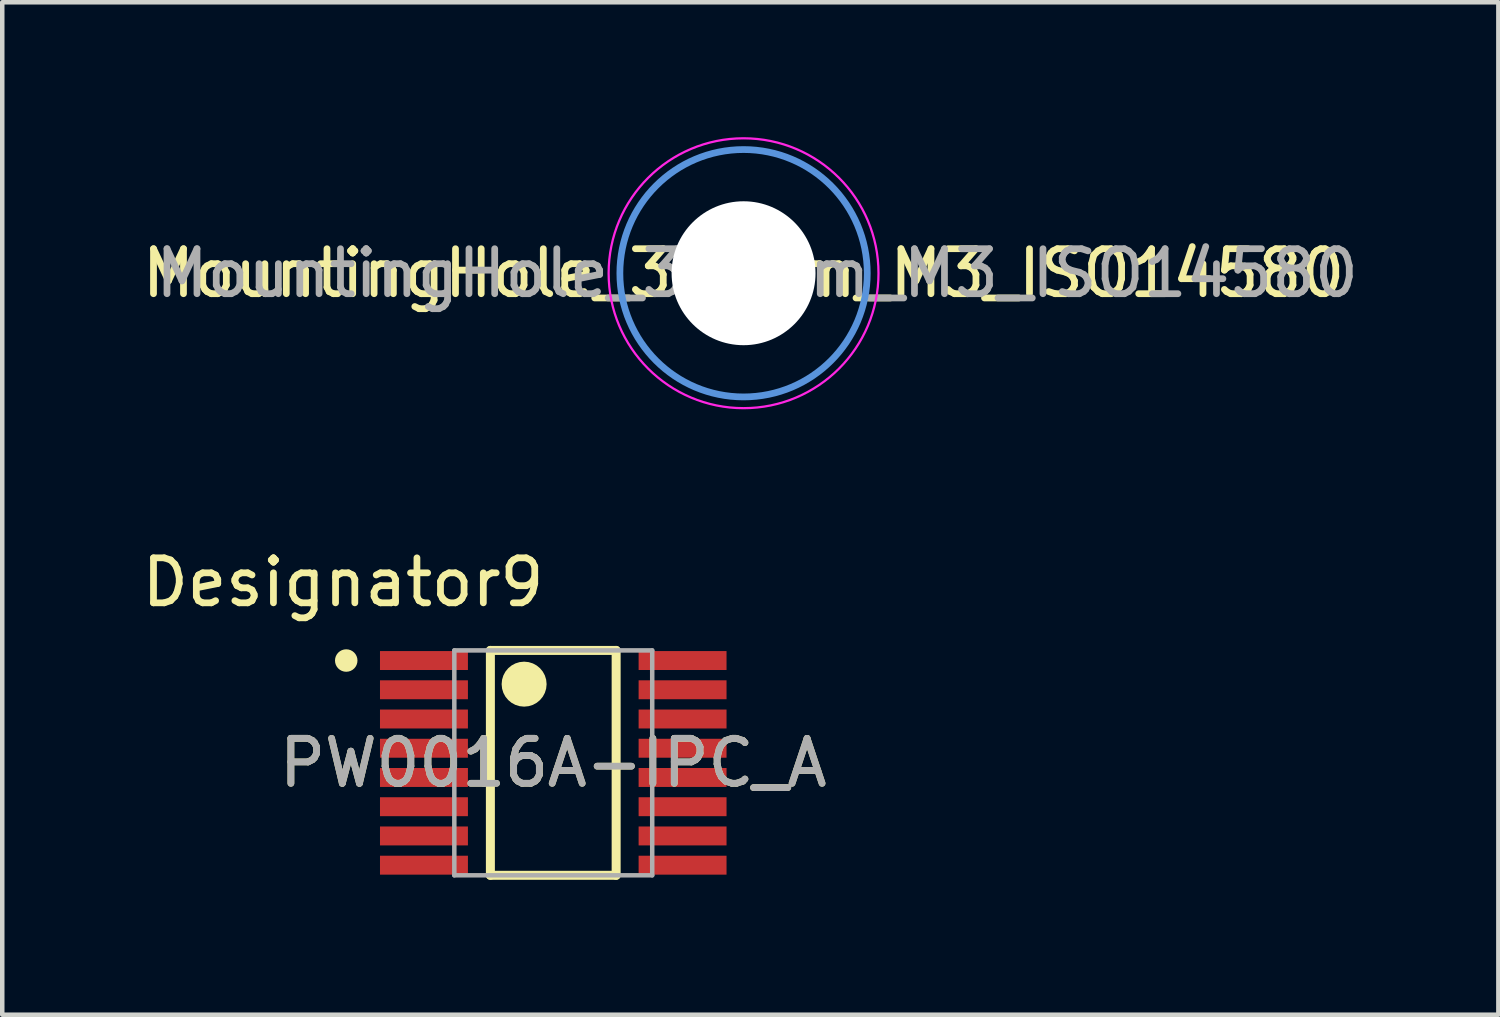
<source format=kicad_pcb>
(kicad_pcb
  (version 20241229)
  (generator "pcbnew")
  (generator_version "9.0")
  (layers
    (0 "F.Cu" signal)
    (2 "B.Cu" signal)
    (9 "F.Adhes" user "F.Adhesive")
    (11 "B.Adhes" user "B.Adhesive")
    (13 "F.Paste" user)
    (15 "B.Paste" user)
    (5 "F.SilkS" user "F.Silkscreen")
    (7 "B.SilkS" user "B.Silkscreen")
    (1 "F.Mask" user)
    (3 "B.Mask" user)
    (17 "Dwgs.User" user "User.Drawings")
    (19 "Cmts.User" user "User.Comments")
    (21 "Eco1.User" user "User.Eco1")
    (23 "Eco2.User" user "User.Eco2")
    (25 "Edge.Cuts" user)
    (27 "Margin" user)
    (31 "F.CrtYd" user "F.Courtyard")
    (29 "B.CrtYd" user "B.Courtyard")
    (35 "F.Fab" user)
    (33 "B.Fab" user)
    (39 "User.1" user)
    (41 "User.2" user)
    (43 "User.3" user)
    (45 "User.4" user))
  (footprint "PW0016A-IPC_A"
    (layer "F.Cu")
    (at 9.251 13.911)
    (property "Reference" "PW0016A-IPC_A" (at 0 0 0) (unlocked yes) (layer "F.SilkS") (effects (font (size 1 1) (thickness 0.15))))
    (attr smd)
    (fp_line (start -1.398 -2.5) (end 1.398 -2.5) (stroke (width 0.2) (type solid)) (layer "F.SilkS"))
    (fp_line (start -1.398 2.5) (end -1.398 -2.5) (stroke (width 0.2) (type solid)) (layer "F.SilkS"))
    (fp_line (start -1.398 2.5) (end 1.398 2.5) (stroke (width 0.2) (type solid)) (layer "F.SilkS"))
    (fp_line (start 1.398 2.5) (end 1.398 -2.5) (stroke (width 0.2) (type solid)) (layer "F.SilkS"))
    (fp_circle (center -4.603 -2.275) (end -4.478 -2.275) (stroke (width 0.25) (type solid)) (fill no) (layer "F.SilkS"))
    (fp_circle (center -0.648 -1.75) (end -0.398 -1.75) (stroke (width 0.5) (type solid)) (fill no) (layer "F.SilkS"))
    (fp_line (start -2.2 -2.5) (end 2.2 -2.5) (stroke (width 0.1) (type solid)) (layer "F.Fab"))
    (fp_line (start -2.2 2.5) (end -2.2 -2.5) (stroke (width 0.1) (type solid)) (layer "F.Fab"))
    (fp_line (start -2.2 2.5) (end 2.2 2.5) (stroke (width 0.1) (type solid)) (layer "F.Fab"))
    (fp_line (start 2.2 2.5) (end 2.2 -2.5) (stroke (width 0.1) (type solid)) (layer "F.Fab"))
    (fp_text user "Designator9" (at -4.674 -4.013 0) (unlocked yes) (layer "F.SilkS") (effects (font (size 1 1) (thickness 0.15))))
    (fp_text user "${REFERENCE}" (at 0 0 0) (unlocked yes) (layer "F.Fab") (effects (font (size 1 1) (thickness 0.15))))
    (pad "1" smd rect (at -2.875 -2.275) (size 1.955 0.421) (layers "F.Cu" "F.Mask" "F.Paste"))
    (pad "2" smd rect (at -2.875 -1.625) (size 1.955 0.421) (layers "F.Cu" "F.Mask" "F.Paste"))
    (pad "3" smd rect (at -2.875 -0.975) (size 1.955 0.421) (layers "F.Cu" "F.Mask" "F.Paste"))
    (pad "4" smd rect (at -2.875 -0.325) (size 1.955 0.421) (layers "F.Cu" "F.Mask" "F.Paste"))
    (pad "5" smd rect (at -2.875 0.325) (size 1.955 0.421) (layers "F.Cu" "F.Mask" "F.Paste"))
    (pad "6" smd rect (at -2.875 0.975) (size 1.955 0.421) (layers "F.Cu" "F.Mask" "F.Paste"))
    (pad "7" smd rect (at -2.875 1.625) (size 1.955 0.421) (layers "F.Cu" "F.Mask" "F.Paste"))
    (pad "8" smd rect (at -2.875 2.275) (size 1.955 0.421) (layers "F.Cu" "F.Mask" "F.Paste"))
    (pad "9" smd rect (at 2.875 2.275) (size 1.955 0.421) (layers "F.Cu" "F.Mask" "F.Paste"))
    (pad "10" smd rect (at 2.875 1.625) (size 1.955 0.421) (layers "F.Cu" "F.Mask" "F.Paste"))
    (pad "11" smd rect (at 2.875 0.975) (size 1.955 0.421) (layers "F.Cu" "F.Mask" "F.Paste"))
    (pad "12" smd rect (at 2.875 0.325) (size 1.955 0.421) (layers "F.Cu" "F.Mask" "F.Paste"))
    (pad "13" smd rect (at 2.875 -0.325) (size 1.955 0.421) (layers "F.Cu" "F.Mask" "F.Paste"))
    (pad "14" smd rect (at 2.875 -0.975) (size 1.955 0.421) (layers "F.Cu" "F.Mask" "F.Paste"))
    (pad "15" smd rect (at 2.875 -1.625) (size 1.955 0.421) (layers "F.Cu" "F.Mask" "F.Paste"))
    (pad "16" smd rect (at 2.875 -2.275) (size 1.955 0.421) (layers "F.Cu" "F.Mask" "F.Paste")))
  (footprint "MountingHole_3.2mm_M3_ISO14580"
    (layer "F.Cu")
    (at 13.482 3.025)
    (property "Reference" "MountingHole_3.2mm_M3_ISO14580" (at 0 0 0) (layer "F.SilkS") (effects (font (size 1 1) (thickness 0.15))))
    (attr exclude_from_pos_files exclude_from_bom)
    (fp_circle (center 0 0) (end 2.75 0) (stroke (width 0.15) (type solid)) (fill no) (layer "Cmts.User"))
    (fp_circle (center 0 0) (end 3 0) (stroke (width 0.05) (type solid)) (fill no) (layer "F.CrtYd"))
    (fp_text user "${REFERENCE}" (at 0.3 0 0) (layer "F.Fab") (effects (font (size 1 1) (thickness 0.15))))
    (pad "" np_thru_hole circle (at 0 0) (size 3.2 3.2) (drill 3.2) (layers "*.Cu" "*.Mask")))
  (gr_rect
    (start -3 -3)
    (end 30.264 19.511)
    (stroke (width 0.1) (type default))
    (fill no)
    (layer "Edge.Cuts")))
</source>
